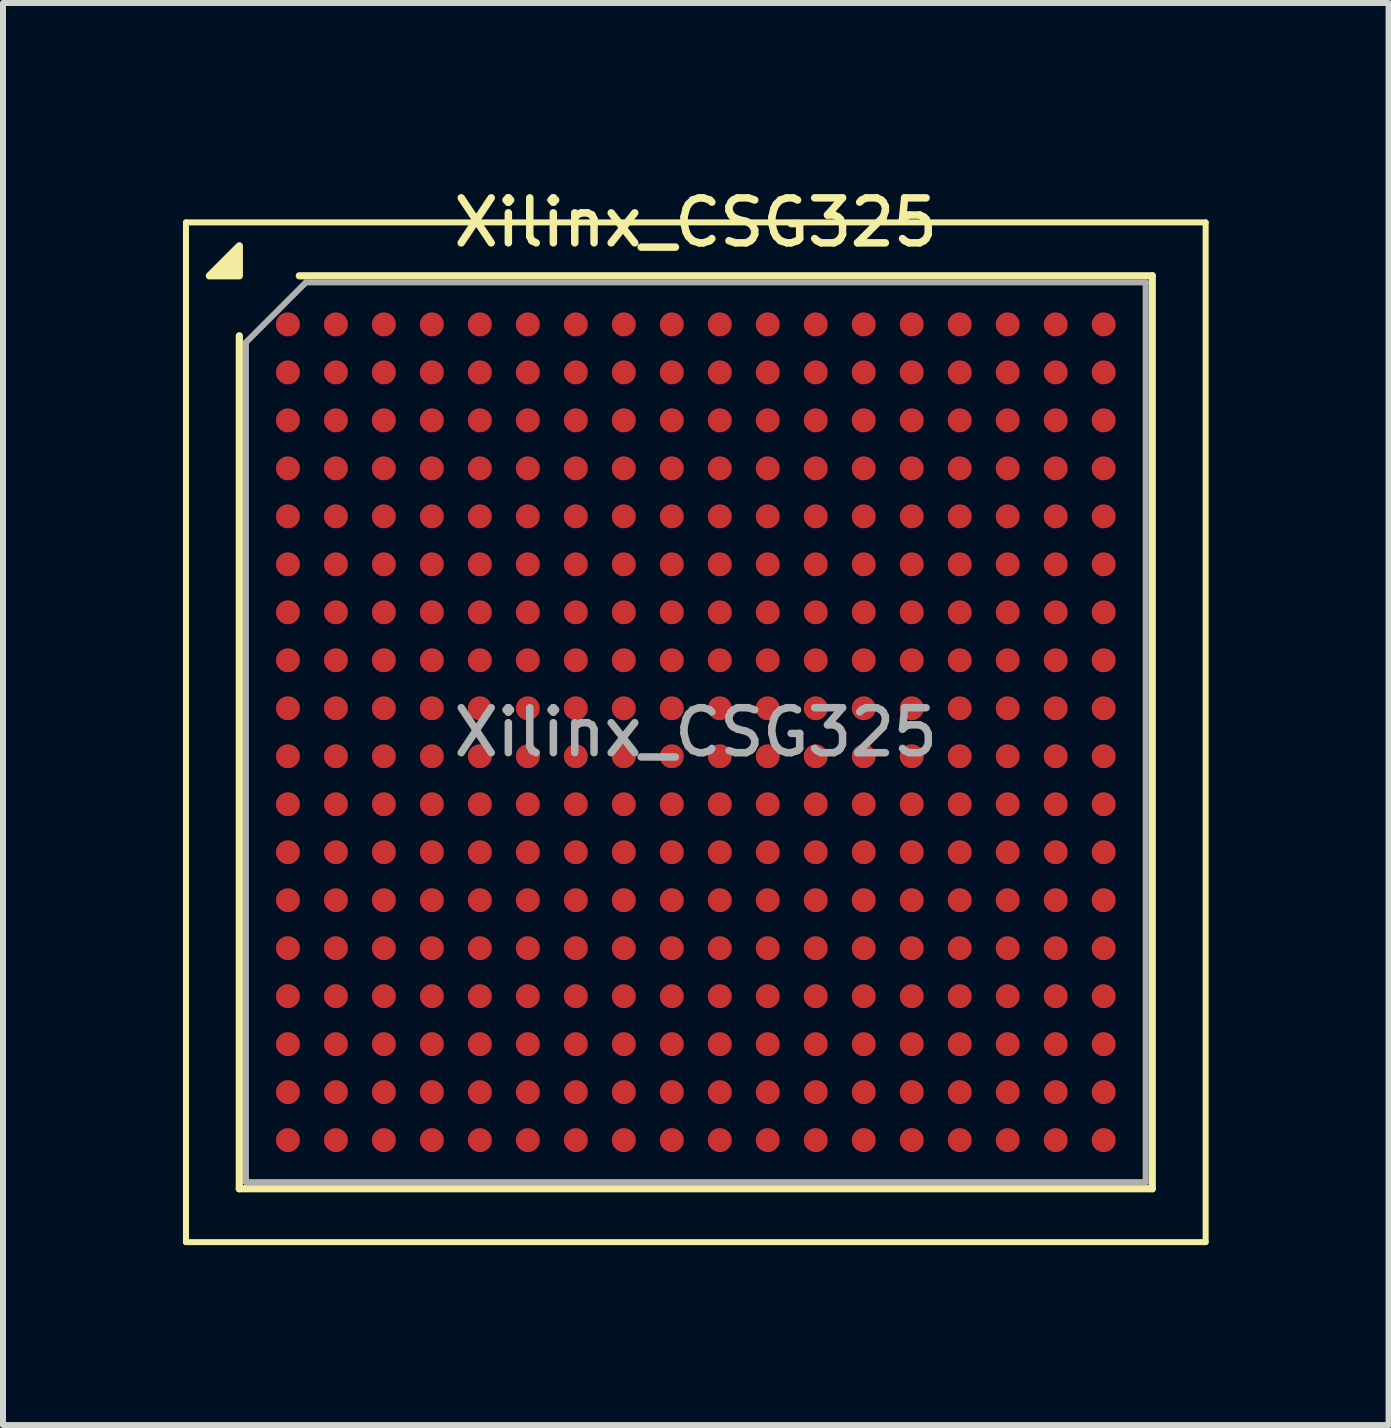
<source format=kicad_pcb>
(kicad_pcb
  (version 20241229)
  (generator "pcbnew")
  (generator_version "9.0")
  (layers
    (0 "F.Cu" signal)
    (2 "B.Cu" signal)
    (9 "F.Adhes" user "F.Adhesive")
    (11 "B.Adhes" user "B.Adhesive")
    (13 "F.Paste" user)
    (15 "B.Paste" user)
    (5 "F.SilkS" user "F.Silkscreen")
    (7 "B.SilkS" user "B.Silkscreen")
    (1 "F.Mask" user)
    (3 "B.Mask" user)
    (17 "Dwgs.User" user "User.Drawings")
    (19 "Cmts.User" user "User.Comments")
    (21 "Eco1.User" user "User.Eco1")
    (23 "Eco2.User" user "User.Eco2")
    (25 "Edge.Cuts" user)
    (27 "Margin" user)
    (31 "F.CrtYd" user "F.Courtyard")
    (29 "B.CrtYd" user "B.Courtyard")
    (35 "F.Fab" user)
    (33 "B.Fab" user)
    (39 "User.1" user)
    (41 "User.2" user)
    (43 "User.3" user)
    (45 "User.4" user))
  (footprint "Xilinx_CSG325"
    (layer "F.Cu")
    (at 8.55 9.158)
    (property "Reference" "Xilinx_CSG325" (at 0 -8.5 0) (layer "F.SilkS") (effects (font (size 0.75 0.75) (thickness 0.125))))
    (attr smd)
    (fp_line (start -8.5 -8.5) (end -8.5 8.5) (stroke (width 0.1) (type solid)) (layer "F.SilkS"))
    (fp_line (start -8.5 8.5) (end 8.5 8.5) (stroke (width 0.1) (type solid)) (layer "F.SilkS"))
    (fp_line (start -7.61 7.61) (end -7.61 -6.61) (stroke (width 0.12) (type solid)) (layer "F.SilkS"))
    (fp_line (start -6.61 -7.61) (end 7.61 -7.61) (stroke (width 0.12) (type solid)) (layer "F.SilkS"))
    (fp_line (start 7.61 -7.61) (end 7.61 7.61) (stroke (width 0.12) (type solid)) (layer "F.SilkS"))
    (fp_line (start 7.61 7.61) (end -7.61 7.61) (stroke (width 0.12) (type solid)) (layer "F.SilkS"))
    (fp_line (start 8.5 -8.5) (end -8.5 -8.5) (stroke (width 0.1) (type solid)) (layer "F.SilkS"))
    (fp_line (start 8.5 8.5) (end 8.5 -8.5) (stroke (width 0.1) (type solid)) (layer "F.SilkS"))
    (fp_poly (pts (xy -7.61 -7.61) (xy -8.11 -7.61) (xy -7.61 -8.11) (xy -7.61 -7.61)) (stroke (width 0.12) (type solid)) (fill yes) (layer "F.SilkS"))
    (fp_line (start -7.5 -6.5) (end -6.5 -7.5) (stroke (width 0.1) (type solid)) (layer "F.Fab"))
    (fp_line (start -7.5 7.5) (end -7.5 -6.5) (stroke (width 0.1) (type solid)) (layer "F.Fab"))
    (fp_line (start -6.5 -7.5) (end 7.5 -7.5) (stroke (width 0.1) (type solid)) (layer "F.Fab"))
    (fp_line (start 7.5 -7.5) (end 7.5 7.5) (stroke (width 0.1) (type solid)) (layer "F.Fab"))
    (fp_line (start 7.5 7.5) (end -7.5 7.5) (stroke (width 0.1) (type solid)) (layer "F.Fab"))
    (fp_text user "${REFERENCE}" (at 0 0 0) (layer "F.Fab") (effects (font (size 0.75 0.75) (thickness 0.125))))
    (pad "A1" smd circle (at -6.8 -6.8) (size 0.4 0.4) (property pad_prop_bga) (layers "F.Cu" "F.Mask" "F.Paste"))
    (pad "A2" smd circle (at -6 -6.8) (size 0.4 0.4) (property pad_prop_bga) (layers "F.Cu" "F.Mask" "F.Paste"))
    (pad "A3" smd circle (at -5.2 -6.8) (size 0.4 0.4) (property pad_prop_bga) (layers "F.Cu" "F.Mask" "F.Paste"))
    (pad "A4" smd circle (at -4.4 -6.8) (size 0.4 0.4) (property pad_prop_bga) (layers "F.Cu" "F.Mask" "F.Paste"))
    (pad "A5" smd circle (at -3.6 -6.8) (size 0.4 0.4) (property pad_prop_bga) (layers "F.Cu" "F.Mask" "F.Paste"))
    (pad "A6" smd circle (at -2.8 -6.8) (size 0.4 0.4) (property pad_prop_bga) (layers "F.Cu" "F.Mask" "F.Paste"))
    (pad "A7" smd circle (at -2 -6.8) (size 0.4 0.4) (property pad_prop_bga) (layers "F.Cu" "F.Mask" "F.Paste"))
    (pad "A8" smd circle (at -1.2 -6.8) (size 0.4 0.4) (property pad_prop_bga) (layers "F.Cu" "F.Mask" "F.Paste"))
    (pad "A9" smd circle (at -0.4 -6.8) (size 0.4 0.4) (property pad_prop_bga) (layers "F.Cu" "F.Mask" "F.Paste"))
    (pad "A10" smd circle (at 0.4 -6.8) (size 0.4 0.4) (property pad_prop_bga) (layers "F.Cu" "F.Mask" "F.Paste"))
    (pad "A11" smd circle (at 1.2 -6.8) (size 0.4 0.4) (property pad_prop_bga) (layers "F.Cu" "F.Mask" "F.Paste"))
    (pad "A12" smd circle (at 2 -6.8) (size 0.4 0.4) (property pad_prop_bga) (layers "F.Cu" "F.Mask" "F.Paste"))
    (pad "A13" smd circle (at 2.8 -6.8) (size 0.4 0.4) (property pad_prop_bga) (layers "F.Cu" "F.Mask" "F.Paste"))
    (pad "A14" smd circle (at 3.6 -6.8) (size 0.4 0.4) (property pad_prop_bga) (layers "F.Cu" "F.Mask" "F.Paste"))
    (pad "A15" smd circle (at 4.4 -6.8) (size 0.4 0.4) (property pad_prop_bga) (layers "F.Cu" "F.Mask" "F.Paste"))
    (pad "A16" smd circle (at 5.2 -6.8) (size 0.4 0.4) (property pad_prop_bga) (layers "F.Cu" "F.Mask" "F.Paste"))
    (pad "A17" smd circle (at 6 -6.8) (size 0.4 0.4) (property pad_prop_bga) (layers "F.Cu" "F.Mask" "F.Paste"))
    (pad "A18" smd circle (at 6.8 -6.8) (size 0.4 0.4) (property pad_prop_bga) (layers "F.Cu" "F.Mask" "F.Paste"))
    (pad "B1" smd circle (at -6.8 -6) (size 0.4 0.4) (property pad_prop_bga) (layers "F.Cu" "F.Mask" "F.Paste"))
    (pad "B2" smd circle (at -6 -6) (size 0.4 0.4) (property pad_prop_bga) (layers "F.Cu" "F.Mask" "F.Paste"))
    (pad "B3" smd circle (at -5.2 -6) (size 0.4 0.4) (property pad_prop_bga) (layers "F.Cu" "F.Mask" "F.Paste"))
    (pad "B4" smd circle (at -4.4 -6) (size 0.4 0.4) (property pad_prop_bga) (layers "F.Cu" "F.Mask" "F.Paste"))
    (pad "B5" smd circle (at -3.6 -6) (size 0.4 0.4) (property pad_prop_bga) (layers "F.Cu" "F.Mask" "F.Paste"))
    (pad "B6" smd circle (at -2.8 -6) (size 0.4 0.4) (property pad_prop_bga) (layers "F.Cu" "F.Mask" "F.Paste"))
    (pad "B7" smd circle (at -2 -6) (size 0.4 0.4) (property pad_prop_bga) (layers "F.Cu" "F.Mask" "F.Paste"))
    (pad "B8" smd circle (at -1.2 -6) (size 0.4 0.4) (property pad_prop_bga) (layers "F.Cu" "F.Mask" "F.Paste"))
    (pad "B9" smd circle (at -0.4 -6) (size 0.4 0.4) (property pad_prop_bga) (layers "F.Cu" "F.Mask" "F.Paste"))
    (pad "B10" smd circle (at 0.4 -6) (size 0.4 0.4) (property pad_prop_bga) (layers "F.Cu" "F.Mask" "F.Paste"))
    (pad "B11" smd circle (at 1.2 -6) (size 0.4 0.4) (property pad_prop_bga) (layers "F.Cu" "F.Mask" "F.Paste"))
    (pad "B12" smd circle (at 2 -6) (size 0.4 0.4) (property pad_prop_bga) (layers "F.Cu" "F.Mask" "F.Paste"))
    (pad "B13" smd circle (at 2.8 -6) (size 0.4 0.4) (property pad_prop_bga) (layers "F.Cu" "F.Mask" "F.Paste"))
    (pad "B14" smd circle (at 3.6 -6) (size 0.4 0.4) (property pad_prop_bga) (layers "F.Cu" "F.Mask" "F.Paste"))
    (pad "B15" smd circle (at 4.4 -6) (size 0.4 0.4) (property pad_prop_bga) (layers "F.Cu" "F.Mask" "F.Paste"))
    (pad "B16" smd circle (at 5.2 -6) (size 0.4 0.4) (property pad_prop_bga) (layers "F.Cu" "F.Mask" "F.Paste"))
    (pad "B17" smd circle (at 6 -6) (size 0.4 0.4) (property pad_prop_bga) (layers "F.Cu" "F.Mask" "F.Paste"))
    (pad "B18" smd circle (at 6.8 -6) (size 0.4 0.4) (property pad_prop_bga) (layers "F.Cu" "F.Mask" "F.Paste"))
    (pad "C1" smd circle (at -6.8 -5.2) (size 0.4 0.4) (property pad_prop_bga) (layers "F.Cu" "F.Mask" "F.Paste"))
    (pad "C2" smd circle (at -6 -5.2) (size 0.4 0.4) (property pad_prop_bga) (layers "F.Cu" "F.Mask" "F.Paste"))
    (pad "C3" smd circle (at -5.2 -5.2) (size 0.4 0.4) (property pad_prop_bga) (layers "F.Cu" "F.Mask" "F.Paste"))
    (pad "C4" smd circle (at -4.4 -5.2) (size 0.4 0.4) (property pad_prop_bga) (layers "F.Cu" "F.Mask" "F.Paste"))
    (pad "C5" smd circle (at -3.6 -5.2) (size 0.4 0.4) (property pad_prop_bga) (layers "F.Cu" "F.Mask" "F.Paste"))
    (pad "C6" smd circle (at -2.8 -5.2) (size 0.4 0.4) (property pad_prop_bga) (layers "F.Cu" "F.Mask" "F.Paste"))
    (pad "C7" smd circle (at -2 -5.2) (size 0.4 0.4) (property pad_prop_bga) (layers "F.Cu" "F.Mask" "F.Paste"))
    (pad "C8" smd circle (at -1.2 -5.2) (size 0.4 0.4) (property pad_prop_bga) (layers "F.Cu" "F.Mask" "F.Paste"))
    (pad "C9" smd circle (at -0.4 -5.2) (size 0.4 0.4) (property pad_prop_bga) (layers "F.Cu" "F.Mask" "F.Paste"))
    (pad "C10" smd circle (at 0.4 -5.2) (size 0.4 0.4) (property pad_prop_bga) (layers "F.Cu" "F.Mask" "F.Paste"))
    (pad "C11" smd circle (at 1.2 -5.2) (size 0.4 0.4) (property pad_prop_bga) (layers "F.Cu" "F.Mask" "F.Paste"))
    (pad "C12" smd circle (at 2 -5.2) (size 0.4 0.4) (property pad_prop_bga) (layers "F.Cu" "F.Mask" "F.Paste"))
    (pad "C13" smd circle (at 2.8 -5.2) (size 0.4 0.4) (property pad_prop_bga) (layers "F.Cu" "F.Mask" "F.Paste"))
    (pad "C14" smd circle (at 3.6 -5.2) (size 0.4 0.4) (property pad_prop_bga) (layers "F.Cu" "F.Mask" "F.Paste"))
    (pad "C15" smd circle (at 4.4 -5.2) (size 0.4 0.4) (property pad_prop_bga) (layers "F.Cu" "F.Mask" "F.Paste"))
    (pad "C16" smd circle (at 5.2 -5.2) (size 0.4 0.4) (property pad_prop_bga) (layers "F.Cu" "F.Mask" "F.Paste"))
    (pad "C17" smd circle (at 6 -5.2) (size 0.4 0.4) (property pad_prop_bga) (layers "F.Cu" "F.Mask" "F.Paste"))
    (pad "C18" smd circle (at 6.8 -5.2) (size 0.4 0.4) (property pad_prop_bga) (layers "F.Cu" "F.Mask" "F.Paste"))
    (pad "D1" smd circle (at -6.8 -4.4) (size 0.4 0.4) (property pad_prop_bga) (layers "F.Cu" "F.Mask" "F.Paste"))
    (pad "D2" smd circle (at -6 -4.4) (size 0.4 0.4) (property pad_prop_bga) (layers "F.Cu" "F.Mask" "F.Paste"))
    (pad "D3" smd circle (at -5.2 -4.4) (size 0.4 0.4) (property pad_prop_bga) (layers "F.Cu" "F.Mask" "F.Paste"))
    (pad "D4" smd circle (at -4.4 -4.4) (size 0.4 0.4) (property pad_prop_bga) (layers "F.Cu" "F.Mask" "F.Paste"))
    (pad "D5" smd circle (at -3.6 -4.4) (size 0.4 0.4) (property pad_prop_bga) (layers "F.Cu" "F.Mask" "F.Paste"))
    (pad "D6" smd circle (at -2.8 -4.4) (size 0.4 0.4) (property pad_prop_bga) (layers "F.Cu" "F.Mask" "F.Paste"))
    (pad "D7" smd circle (at -2 -4.4) (size 0.4 0.4) (property pad_prop_bga) (layers "F.Cu" "F.Mask" "F.Paste"))
    (pad "D8" smd circle (at -1.2 -4.4) (size 0.4 0.4) (property pad_prop_bga) (layers "F.Cu" "F.Mask" "F.Paste"))
    (pad "D9" smd circle (at -0.4 -4.4) (size 0.4 0.4) (property pad_prop_bga) (layers "F.Cu" "F.Mask" "F.Paste"))
    (pad "D10" smd circle (at 0.4 -4.4) (size 0.4 0.4) (property pad_prop_bga) (layers "F.Cu" "F.Mask" "F.Paste"))
    (pad "D11" smd circle (at 1.2 -4.4) (size 0.4 0.4) (property pad_prop_bga) (layers "F.Cu" "F.Mask" "F.Paste"))
    (pad "D12" smd circle (at 2 -4.4) (size 0.4 0.4) (property pad_prop_bga) (layers "F.Cu" "F.Mask" "F.Paste"))
    (pad "D13" smd circle (at 2.8 -4.4) (size 0.4 0.4) (property pad_prop_bga) (layers "F.Cu" "F.Mask" "F.Paste"))
    (pad "D14" smd circle (at 3.6 -4.4) (size 0.4 0.4) (property pad_prop_bga) (layers "F.Cu" "F.Mask" "F.Paste"))
    (pad "D15" smd circle (at 4.4 -4.4) (size 0.4 0.4) (property pad_prop_bga) (layers "F.Cu" "F.Mask" "F.Paste"))
    (pad "D16" smd circle (at 5.2 -4.4) (size 0.4 0.4) (property pad_prop_bga) (layers "F.Cu" "F.Mask" "F.Paste"))
    (pad "D17" smd circle (at 6 -4.4) (size 0.4 0.4) (property pad_prop_bga) (layers "F.Cu" "F.Mask" "F.Paste"))
    (pad "D18" smd circle (at 6.8 -4.4) (size 0.4 0.4) (property pad_prop_bga) (layers "F.Cu" "F.Mask" "F.Paste"))
    (pad "E1" smd circle (at -6.8 -3.6) (size 0.4 0.4) (property pad_prop_bga) (layers "F.Cu" "F.Mask" "F.Paste"))
    (pad "E2" smd circle (at -6 -3.6) (size 0.4 0.4) (property pad_prop_bga) (layers "F.Cu" "F.Mask" "F.Paste"))
    (pad "E3" smd circle (at -5.2 -3.6) (size 0.4 0.4) (property pad_prop_bga) (layers "F.Cu" "F.Mask" "F.Paste"))
    (pad "E4" smd circle (at -4.4 -3.6) (size 0.4 0.4) (property pad_prop_bga) (layers "F.Cu" "F.Mask" "F.Paste"))
    (pad "E5" smd circle (at -3.6 -3.6) (size 0.4 0.4) (property pad_prop_bga) (layers "F.Cu" "F.Mask" "F.Paste"))
    (pad "E6" smd circle (at -2.8 -3.6) (size 0.4 0.4) (property pad_prop_bga) (layers "F.Cu" "F.Mask" "F.Paste"))
    (pad "E7" smd circle (at -2 -3.6) (size 0.4 0.4) (property pad_prop_bga) (layers "F.Cu" "F.Mask" "F.Paste"))
    (pad "E8" smd circle (at -1.2 -3.6) (size 0.4 0.4) (property pad_prop_bga) (layers "F.Cu" "F.Mask" "F.Paste"))
    (pad "E9" smd circle (at -0.4 -3.6) (size 0.4 0.4) (property pad_prop_bga) (layers "F.Cu" "F.Mask" "F.Paste"))
    (pad "E10" smd circle (at 0.4 -3.6) (size 0.4 0.4) (property pad_prop_bga) (layers "F.Cu" "F.Mask" "F.Paste"))
    (pad "E11" smd circle (at 1.2 -3.6) (size 0.4 0.4) (property pad_prop_bga) (layers "F.Cu" "F.Mask" "F.Paste"))
    (pad "E12" smd circle (at 2 -3.6) (size 0.4 0.4) (property pad_prop_bga) (layers "F.Cu" "F.Mask" "F.Paste"))
    (pad "E13" smd circle (at 2.8 -3.6) (size 0.4 0.4) (property pad_prop_bga) (layers "F.Cu" "F.Mask" "F.Paste"))
    (pad "E14" smd circle (at 3.6 -3.6) (size 0.4 0.4) (property pad_prop_bga) (layers "F.Cu" "F.Mask" "F.Paste"))
    (pad "E15" smd circle (at 4.4 -3.6) (size 0.4 0.4) (property pad_prop_bga) (layers "F.Cu" "F.Mask" "F.Paste"))
    (pad "E16" smd circle (at 5.2 -3.6) (size 0.4 0.4) (property pad_prop_bga) (layers "F.Cu" "F.Mask" "F.Paste"))
    (pad "E17" smd circle (at 6 -3.6) (size 0.4 0.4) (property pad_prop_bga) (layers "F.Cu" "F.Mask" "F.Paste"))
    (pad "E18" smd circle (at 6.8 -3.6) (size 0.4 0.4) (property pad_prop_bga) (layers "F.Cu" "F.Mask" "F.Paste"))
    (pad "F1" smd circle (at -6.8 -2.8) (size 0.4 0.4) (property pad_prop_bga) (layers "F.Cu" "F.Mask" "F.Paste"))
    (pad "F2" smd circle (at -6 -2.8) (size 0.4 0.4) (property pad_prop_bga) (layers "F.Cu" "F.Mask" "F.Paste"))
    (pad "F3" smd circle (at -5.2 -2.8) (size 0.4 0.4) (property pad_prop_bga) (layers "F.Cu" "F.Mask" "F.Paste"))
    (pad "F4" smd circle (at -4.4 -2.8) (size 0.4 0.4) (property pad_prop_bga) (layers "F.Cu" "F.Mask" "F.Paste"))
    (pad "F5" smd circle (at -3.6 -2.8) (size 0.4 0.4) (property pad_prop_bga) (layers "F.Cu" "F.Mask" "F.Paste"))
    (pad "F6" smd circle (at -2.8 -2.8) (size 0.4 0.4) (property pad_prop_bga) (layers "F.Cu" "F.Mask" "F.Paste"))
    (pad "F7" smd circle (at -2 -2.8) (size 0.4 0.4) (property pad_prop_bga) (layers "F.Cu" "F.Mask" "F.Paste"))
    (pad "F8" smd circle (at -1.2 -2.8) (size 0.4 0.4) (property pad_prop_bga) (layers "F.Cu" "F.Mask" "F.Paste"))
    (pad "F9" smd circle (at -0.4 -2.8) (size 0.4 0.4) (property pad_prop_bga) (layers "F.Cu" "F.Mask" "F.Paste"))
    (pad "F10" smd circle (at 0.4 -2.8) (size 0.4 0.4) (property pad_prop_bga) (layers "F.Cu" "F.Mask" "F.Paste"))
    (pad "F11" smd circle (at 1.2 -2.8) (size 0.4 0.4) (property pad_prop_bga) (layers "F.Cu" "F.Mask" "F.Paste"))
    (pad "F12" smd circle (at 2 -2.8) (size 0.4 0.4) (property pad_prop_bga) (layers "F.Cu" "F.Mask" "F.Paste"))
    (pad "F13" smd circle (at 2.8 -2.8) (size 0.4 0.4) (property pad_prop_bga) (layers "F.Cu" "F.Mask" "F.Paste"))
    (pad "F14" smd circle (at 3.6 -2.8) (size 0.4 0.4) (property pad_prop_bga) (layers "F.Cu" "F.Mask" "F.Paste"))
    (pad "F15" smd circle (at 4.4 -2.8) (size 0.4 0.4) (property pad_prop_bga) (layers "F.Cu" "F.Mask" "F.Paste"))
    (pad "F16" smd circle (at 5.2 -2.8) (size 0.4 0.4) (property pad_prop_bga) (layers "F.Cu" "F.Mask" "F.Paste"))
    (pad "F17" smd circle (at 6 -2.8) (size 0.4 0.4) (property pad_prop_bga) (layers "F.Cu" "F.Mask" "F.Paste"))
    (pad "F18" smd circle (at 6.8 -2.8) (size 0.4 0.4) (property pad_prop_bga) (layers "F.Cu" "F.Mask" "F.Paste"))
    (pad "G1" smd circle (at -6.8 -2) (size 0.4 0.4) (property pad_prop_bga) (layers "F.Cu" "F.Mask" "F.Paste"))
    (pad "G2" smd circle (at -6 -2) (size 0.4 0.4) (property pad_prop_bga) (layers "F.Cu" "F.Mask" "F.Paste"))
    (pad "G3" smd circle (at -5.2 -2) (size 0.4 0.4) (property pad_prop_bga) (layers "F.Cu" "F.Mask" "F.Paste"))
    (pad "G4" smd circle (at -4.4 -2) (size 0.4 0.4) (property pad_prop_bga) (layers "F.Cu" "F.Mask" "F.Paste"))
    (pad "G5" smd circle (at -3.6 -2) (size 0.4 0.4) (property pad_prop_bga) (layers "F.Cu" "F.Mask" "F.Paste"))
    (pad "G6" smd circle (at -2.8 -2) (size 0.4 0.4) (property pad_prop_bga) (layers "F.Cu" "F.Mask" "F.Paste"))
    (pad "G7" smd circle (at -2 -2) (size 0.4 0.4) (property pad_prop_bga) (layers "F.Cu" "F.Mask" "F.Paste"))
    (pad "G8" smd circle (at -1.2 -2) (size 0.4 0.4) (property pad_prop_bga) (layers "F.Cu" "F.Mask" "F.Paste"))
    (pad "G9" smd circle (at -0.4 -2) (size 0.4 0.4) (property pad_prop_bga) (layers "F.Cu" "F.Mask" "F.Paste"))
    (pad "G10" smd circle (at 0.4 -2) (size 0.4 0.4) (property pad_prop_bga) (layers "F.Cu" "F.Mask" "F.Paste"))
    (pad "G11" smd circle (at 1.2 -2) (size 0.4 0.4) (property pad_prop_bga) (layers "F.Cu" "F.Mask" "F.Paste"))
    (pad "G12" smd circle (at 2 -2) (size 0.4 0.4) (property pad_prop_bga) (layers "F.Cu" "F.Mask" "F.Paste"))
    (pad "G13" smd circle (at 2.8 -2) (size 0.4 0.4) (property pad_prop_bga) (layers "F.Cu" "F.Mask" "F.Paste"))
    (pad "G14" smd circle (at 3.6 -2) (size 0.4 0.4) (property pad_prop_bga) (layers "F.Cu" "F.Mask" "F.Paste"))
    (pad "G15" smd circle (at 4.4 -2) (size 0.4 0.4) (property pad_prop_bga) (layers "F.Cu" "F.Mask" "F.Paste"))
    (pad "G16" smd circle (at 5.2 -2) (size 0.4 0.4) (property pad_prop_bga) (layers "F.Cu" "F.Mask" "F.Paste"))
    (pad "G17" smd circle (at 6 -2) (size 0.4 0.4) (property pad_prop_bga) (layers "F.Cu" "F.Mask" "F.Paste"))
    (pad "G18" smd circle (at 6.8 -2) (size 0.4 0.4) (property pad_prop_bga) (layers "F.Cu" "F.Mask" "F.Paste"))
    (pad "H1" smd circle (at -6.8 -1.2) (size 0.4 0.4) (property pad_prop_bga) (layers "F.Cu" "F.Mask" "F.Paste"))
    (pad "H2" smd circle (at -6 -1.2) (size 0.4 0.4) (property pad_prop_bga) (layers "F.Cu" "F.Mask" "F.Paste"))
    (pad "H3" smd circle (at -5.2 -1.2) (size 0.4 0.4) (property pad_prop_bga) (layers "F.Cu" "F.Mask" "F.Paste"))
    (pad "H4" smd circle (at -4.4 -1.2) (size 0.4 0.4) (property pad_prop_bga) (layers "F.Cu" "F.Mask" "F.Paste"))
    (pad "H5" smd circle (at -3.6 -1.2) (size 0.4 0.4) (property pad_prop_bga) (layers "F.Cu" "F.Mask" "F.Paste"))
    (pad "H6" smd circle (at -2.8 -1.2) (size 0.4 0.4) (property pad_prop_bga) (layers "F.Cu" "F.Mask" "F.Paste"))
    (pad "H7" smd circle (at -2 -1.2) (size 0.4 0.4) (property pad_prop_bga) (layers "F.Cu" "F.Mask" "F.Paste"))
    (pad "H8" smd circle (at -1.2 -1.2) (size 0.4 0.4) (property pad_prop_bga) (layers "F.Cu" "F.Mask" "F.Paste"))
    (pad "H9" smd circle (at -0.4 -1.2) (size 0.4 0.4) (property pad_prop_bga) (layers "F.Cu" "F.Mask" "F.Paste"))
    (pad "H10" smd circle (at 0.4 -1.2) (size 0.4 0.4) (property pad_prop_bga) (layers "F.Cu" "F.Mask" "F.Paste"))
    (pad "H11" smd circle (at 1.2 -1.2) (size 0.4 0.4) (property pad_prop_bga) (layers "F.Cu" "F.Mask" "F.Paste"))
    (pad "H12" smd circle (at 2 -1.2) (size 0.4 0.4) (property pad_prop_bga) (layers "F.Cu" "F.Mask" "F.Paste"))
    (pad "H13" smd circle (at 2.8 -1.2) (size 0.4 0.4) (property pad_prop_bga) (layers "F.Cu" "F.Mask" "F.Paste"))
    (pad "H14" smd circle (at 3.6 -1.2) (size 0.4 0.4) (property pad_prop_bga) (layers "F.Cu" "F.Mask" "F.Paste"))
    (pad "H15" smd circle (at 4.4 -1.2) (size 0.4 0.4) (property pad_prop_bga) (layers "F.Cu" "F.Mask" "F.Paste"))
    (pad "H16" smd circle (at 5.2 -1.2) (size 0.4 0.4) (property pad_prop_bga) (layers "F.Cu" "F.Mask" "F.Paste"))
    (pad "H17" smd circle (at 6 -1.2) (size 0.4 0.4) (property pad_prop_bga) (layers "F.Cu" "F.Mask" "F.Paste"))
    (pad "H18" smd circle (at 6.8 -1.2) (size 0.4 0.4) (property pad_prop_bga) (layers "F.Cu" "F.Mask" "F.Paste"))
    (pad "J1" smd circle (at -6.8 -0.4) (size 0.4 0.4) (property pad_prop_bga) (layers "F.Cu" "F.Mask" "F.Paste"))
    (pad "J2" smd circle (at -6 -0.4) (size 0.4 0.4) (property pad_prop_bga) (layers "F.Cu" "F.Mask" "F.Paste"))
    (pad "J3" smd circle (at -5.2 -0.4) (size 0.4 0.4) (property pad_prop_bga) (layers "F.Cu" "F.Mask" "F.Paste"))
    (pad "J4" smd circle (at -4.4 -0.4) (size 0.4 0.4) (property pad_prop_bga) (layers "F.Cu" "F.Mask" "F.Paste"))
    (pad "J5" smd circle (at -3.6 -0.4) (size 0.4 0.4) (property pad_prop_bga) (layers "F.Cu" "F.Mask" "F.Paste"))
    (pad "J6" smd circle (at -2.8 -0.4) (size 0.4 0.4) (property pad_prop_bga) (layers "F.Cu" "F.Mask" "F.Paste"))
    (pad "J7" smd circle (at -2 -0.4) (size 0.4 0.4) (property pad_prop_bga) (layers "F.Cu" "F.Mask" "F.Paste"))
    (pad "J8" smd circle (at -1.2 -0.4) (size 0.4 0.4) (property pad_prop_bga) (layers "F.Cu" "F.Mask" "F.Paste"))
    (pad "J9" smd circle (at -0.4 -0.4) (size 0.4 0.4) (property pad_prop_bga) (layers "F.Cu" "F.Mask" "F.Paste"))
    (pad "J10" smd circle (at 0.4 -0.4) (size 0.4 0.4) (property pad_prop_bga) (layers "F.Cu" "F.Mask" "F.Paste"))
    (pad "J11" smd circle (at 1.2 -0.4) (size 0.4 0.4) (property pad_prop_bga) (layers "F.Cu" "F.Mask" "F.Paste"))
    (pad "J12" smd circle (at 2 -0.4) (size 0.4 0.4) (property pad_prop_bga) (layers "F.Cu" "F.Mask" "F.Paste"))
    (pad "J13" smd circle (at 2.8 -0.4) (size 0.4 0.4) (property pad_prop_bga) (layers "F.Cu" "F.Mask" "F.Paste"))
    (pad "J14" smd circle (at 3.6 -0.4) (size 0.4 0.4) (property pad_prop_bga) (layers "F.Cu" "F.Mask" "F.Paste"))
    (pad "J15" smd circle (at 4.4 -0.4) (size 0.4 0.4) (property pad_prop_bga) (layers "F.Cu" "F.Mask" "F.Paste"))
    (pad "J16" smd circle (at 5.2 -0.4) (size 0.4 0.4) (property pad_prop_bga) (layers "F.Cu" "F.Mask" "F.Paste"))
    (pad "J17" smd circle (at 6 -0.4) (size 0.4 0.4) (property pad_prop_bga) (layers "F.Cu" "F.Mask" "F.Paste"))
    (pad "J18" smd circle (at 6.8 -0.4) (size 0.4 0.4) (property pad_prop_bga) (layers "F.Cu" "F.Mask" "F.Paste"))
    (pad "K1" smd circle (at -6.8 0.4) (size 0.4 0.4) (property pad_prop_bga) (layers "F.Cu" "F.Mask" "F.Paste"))
    (pad "K2" smd circle (at -6 0.4) (size 0.4 0.4) (property pad_prop_bga) (layers "F.Cu" "F.Mask" "F.Paste"))
    (pad "K3" smd circle (at -5.2 0.4) (size 0.4 0.4) (property pad_prop_bga) (layers "F.Cu" "F.Mask" "F.Paste"))
    (pad "K4" smd circle (at -4.4 0.4) (size 0.4 0.4) (property pad_prop_bga) (layers "F.Cu" "F.Mask" "F.Paste"))
    (pad "K5" smd circle (at -3.6 0.4) (size 0.4 0.4) (property pad_prop_bga) (layers "F.Cu" "F.Mask" "F.Paste"))
    (pad "K6" smd circle (at -2.8 0.4) (size 0.4 0.4) (property pad_prop_bga) (layers "F.Cu" "F.Mask" "F.Paste"))
    (pad "K7" smd circle (at -2 0.4) (size 0.4 0.4) (property pad_prop_bga) (layers "F.Cu" "F.Mask" "F.Paste"))
    (pad "K8" smd circle (at -1.2 0.4) (size 0.4 0.4) (property pad_prop_bga) (layers "F.Cu" "F.Mask" "F.Paste"))
    (pad "K9" smd circle (at -0.4 0.4) (size 0.4 0.4) (property pad_prop_bga) (layers "F.Cu" "F.Mask" "F.Paste"))
    (pad "K10" smd circle (at 0.4 0.4) (size 0.4 0.4) (property pad_prop_bga) (layers "F.Cu" "F.Mask" "F.Paste"))
    (pad "K11" smd circle (at 1.2 0.4) (size 0.4 0.4) (property pad_prop_bga) (layers "F.Cu" "F.Mask" "F.Paste"))
    (pad "K12" smd circle (at 2 0.4) (size 0.4 0.4) (property pad_prop_bga) (layers "F.Cu" "F.Mask" "F.Paste"))
    (pad "K13" smd circle (at 2.8 0.4) (size 0.4 0.4) (property pad_prop_bga) (layers "F.Cu" "F.Mask" "F.Paste"))
    (pad "K14" smd circle (at 3.6 0.4) (size 0.4 0.4) (property pad_prop_bga) (layers "F.Cu" "F.Mask" "F.Paste"))
    (pad "K15" smd circle (at 4.4 0.4) (size 0.4 0.4) (property pad_prop_bga) (layers "F.Cu" "F.Mask" "F.Paste"))
    (pad "K16" smd circle (at 5.2 0.4) (size 0.4 0.4) (property pad_prop_bga) (layers "F.Cu" "F.Mask" "F.Paste"))
    (pad "K17" smd circle (at 6 0.4) (size 0.4 0.4) (property pad_prop_bga) (layers "F.Cu" "F.Mask" "F.Paste"))
    (pad "K18" smd circle (at 6.8 0.4) (size 0.4 0.4) (property pad_prop_bga) (layers "F.Cu" "F.Mask" "F.Paste"))
    (pad "L1" smd circle (at -6.8 1.2) (size 0.4 0.4) (property pad_prop_bga) (layers "F.Cu" "F.Mask" "F.Paste"))
    (pad "L2" smd circle (at -6 1.2) (size 0.4 0.4) (property pad_prop_bga) (layers "F.Cu" "F.Mask" "F.Paste"))
    (pad "L3" smd circle (at -5.2 1.2) (size 0.4 0.4) (property pad_prop_bga) (layers "F.Cu" "F.Mask" "F.Paste"))
    (pad "L4" smd circle (at -4.4 1.2) (size 0.4 0.4) (property pad_prop_bga) (layers "F.Cu" "F.Mask" "F.Paste"))
    (pad "L5" smd circle (at -3.6 1.2) (size 0.4 0.4) (property pad_prop_bga) (layers "F.Cu" "F.Mask" "F.Paste"))
    (pad "L6" smd circle (at -2.8 1.2) (size 0.4 0.4) (property pad_prop_bga) (layers "F.Cu" "F.Mask" "F.Paste"))
    (pad "L7" smd circle (at -2 1.2) (size 0.4 0.4) (property pad_prop_bga) (layers "F.Cu" "F.Mask" "F.Paste"))
    (pad "L8" smd circle (at -1.2 1.2) (size 0.4 0.4) (property pad_prop_bga) (layers "F.Cu" "F.Mask" "F.Paste"))
    (pad "L9" smd circle (at -0.4 1.2) (size 0.4 0.4) (property pad_prop_bga) (layers "F.Cu" "F.Mask" "F.Paste"))
    (pad "L10" smd circle (at 0.4 1.2) (size 0.4 0.4) (property pad_prop_bga) (layers "F.Cu" "F.Mask" "F.Paste"))
    (pad "L11" smd circle (at 1.2 1.2) (size 0.4 0.4) (property pad_prop_bga) (layers "F.Cu" "F.Mask" "F.Paste"))
    (pad "L12" smd circle (at 2 1.2) (size 0.4 0.4) (property pad_prop_bga) (layers "F.Cu" "F.Mask" "F.Paste"))
    (pad "L13" smd circle (at 2.8 1.2) (size 0.4 0.4) (property pad_prop_bga) (layers "F.Cu" "F.Mask" "F.Paste"))
    (pad "L14" smd circle (at 3.6 1.2) (size 0.4 0.4) (property pad_prop_bga) (layers "F.Cu" "F.Mask" "F.Paste"))
    (pad "L15" smd circle (at 4.4 1.2) (size 0.4 0.4) (property pad_prop_bga) (layers "F.Cu" "F.Mask" "F.Paste"))
    (pad "L16" smd circle (at 5.2 1.2) (size 0.4 0.4) (property pad_prop_bga) (layers "F.Cu" "F.Mask" "F.Paste"))
    (pad "L17" smd circle (at 6 1.2) (size 0.4 0.4) (property pad_prop_bga) (layers "F.Cu" "F.Mask" "F.Paste"))
    (pad "L18" smd circle (at 6.8 1.2) (size 0.4 0.4) (property pad_prop_bga) (layers "F.Cu" "F.Mask" "F.Paste"))
    (pad "M1" smd circle (at -6.8 2) (size 0.4 0.4) (property pad_prop_bga) (layers "F.Cu" "F.Mask" "F.Paste"))
    (pad "M2" smd circle (at -6 2) (size 0.4 0.4) (property pad_prop_bga) (layers "F.Cu" "F.Mask" "F.Paste"))
    (pad "M3" smd circle (at -5.2 2) (size 0.4 0.4) (property pad_prop_bga) (layers "F.Cu" "F.Mask" "F.Paste"))
    (pad "M4" smd circle (at -4.4 2) (size 0.4 0.4) (property pad_prop_bga) (layers "F.Cu" "F.Mask" "F.Paste"))
    (pad "M5" smd circle (at -3.6 2) (size 0.4 0.4) (property pad_prop_bga) (layers "F.Cu" "F.Mask" "F.Paste"))
    (pad "M6" smd circle (at -2.8 2) (size 0.4 0.4) (property pad_prop_bga) (layers "F.Cu" "F.Mask" "F.Paste"))
    (pad "M7" smd circle (at -2 2) (size 0.4 0.4) (property pad_prop_bga) (layers "F.Cu" "F.Mask" "F.Paste"))
    (pad "M8" smd circle (at -1.2 2) (size 0.4 0.4) (property pad_prop_bga) (layers "F.Cu" "F.Mask" "F.Paste"))
    (pad "M9" smd circle (at -0.4 2) (size 0.4 0.4) (property pad_prop_bga) (layers "F.Cu" "F.Mask" "F.Paste"))
    (pad "M10" smd circle (at 0.4 2) (size 0.4 0.4) (property pad_prop_bga) (layers "F.Cu" "F.Mask" "F.Paste"))
    (pad "M11" smd circle (at 1.2 2) (size 0.4 0.4) (property pad_prop_bga) (layers "F.Cu" "F.Mask" "F.Paste"))
    (pad "M12" smd circle (at 2 2) (size 0.4 0.4) (property pad_prop_bga) (layers "F.Cu" "F.Mask" "F.Paste"))
    (pad "M13" smd circle (at 2.8 2) (size 0.4 0.4) (property pad_prop_bga) (layers "F.Cu" "F.Mask" "F.Paste"))
    (pad "M14" smd circle (at 3.6 2) (size 0.4 0.4) (property pad_prop_bga) (layers "F.Cu" "F.Mask" "F.Paste"))
    (pad "M15" smd circle (at 4.4 2) (size 0.4 0.4) (property pad_prop_bga) (layers "F.Cu" "F.Mask" "F.Paste"))
    (pad "M16" smd circle (at 5.2 2) (size 0.4 0.4) (property pad_prop_bga) (layers "F.Cu" "F.Mask" "F.Paste"))
    (pad "M17" smd circle (at 6 2) (size 0.4 0.4) (property pad_prop_bga) (layers "F.Cu" "F.Mask" "F.Paste"))
    (pad "M18" smd circle (at 6.8 2) (size 0.4 0.4) (property pad_prop_bga) (layers "F.Cu" "F.Mask" "F.Paste"))
    (pad "N1" smd circle (at -6.8 2.8) (size 0.4 0.4) (property pad_prop_bga) (layers "F.Cu" "F.Mask" "F.Paste"))
    (pad "N2" smd circle (at -6 2.8) (size 0.4 0.4) (property pad_prop_bga) (layers "F.Cu" "F.Mask" "F.Paste"))
    (pad "N3" smd circle (at -5.2 2.8) (size 0.4 0.4) (property pad_prop_bga) (layers "F.Cu" "F.Mask" "F.Paste"))
    (pad "N4" smd circle (at -4.4 2.8) (size 0.4 0.4) (property pad_prop_bga) (layers "F.Cu" "F.Mask" "F.Paste"))
    (pad "N5" smd circle (at -3.6 2.8) (size 0.4 0.4) (property pad_prop_bga) (layers "F.Cu" "F.Mask" "F.Paste"))
    (pad "N6" smd circle (at -2.8 2.8) (size 0.4 0.4) (property pad_prop_bga) (layers "F.Cu" "F.Mask" "F.Paste"))
    (pad "N7" smd circle (at -2 2.8) (size 0.4 0.4) (property pad_prop_bga) (layers "F.Cu" "F.Mask" "F.Paste"))
    (pad "N8" smd circle (at -1.2 2.8) (size 0.4 0.4) (property pad_prop_bga) (layers "F.Cu" "F.Mask" "F.Paste"))
    (pad "N9" smd circle (at -0.4 2.8) (size 0.4 0.4) (property pad_prop_bga) (layers "F.Cu" "F.Mask" "F.Paste"))
    (pad "N10" smd circle (at 0.4 2.8) (size 0.4 0.4) (property pad_prop_bga) (layers "F.Cu" "F.Mask" "F.Paste"))
    (pad "N11" smd circle (at 1.2 2.8) (size 0.4 0.4) (property pad_prop_bga) (layers "F.Cu" "F.Mask" "F.Paste"))
    (pad "N12" smd circle (at 2 2.8) (size 0.4 0.4) (property pad_prop_bga) (layers "F.Cu" "F.Mask" "F.Paste"))
    (pad "N13" smd circle (at 2.8 2.8) (size 0.4 0.4) (property pad_prop_bga) (layers "F.Cu" "F.Mask" "F.Paste"))
    (pad "N14" smd circle (at 3.6 2.8) (size 0.4 0.4) (property pad_prop_bga) (layers "F.Cu" "F.Mask" "F.Paste"))
    (pad "N15" smd circle (at 4.4 2.8) (size 0.4 0.4) (property pad_prop_bga) (layers "F.Cu" "F.Mask" "F.Paste"))
    (pad "N16" smd circle (at 5.2 2.8) (size 0.4 0.4) (property pad_prop_bga) (layers "F.Cu" "F.Mask" "F.Paste"))
    (pad "N17" smd circle (at 6 2.8) (size 0.4 0.4) (property pad_prop_bga) (layers "F.Cu" "F.Mask" "F.Paste"))
    (pad "N18" smd circle (at 6.8 2.8) (size 0.4 0.4) (property pad_prop_bga) (layers "F.Cu" "F.Mask" "F.Paste"))
    (pad "P1" smd circle (at -6.8 3.6) (size 0.4 0.4) (property pad_prop_bga) (layers "F.Cu" "F.Mask" "F.Paste"))
    (pad "P2" smd circle (at -6 3.6) (size 0.4 0.4) (property pad_prop_bga) (layers "F.Cu" "F.Mask" "F.Paste"))
    (pad "P3" smd circle (at -5.2 3.6) (size 0.4 0.4) (property pad_prop_bga) (layers "F.Cu" "F.Mask" "F.Paste"))
    (pad "P4" smd circle (at -4.4 3.6) (size 0.4 0.4) (property pad_prop_bga) (layers "F.Cu" "F.Mask" "F.Paste"))
    (pad "P5" smd circle (at -3.6 3.6) (size 0.4 0.4) (property pad_prop_bga) (layers "F.Cu" "F.Mask" "F.Paste"))
    (pad "P6" smd circle (at -2.8 3.6) (size 0.4 0.4) (property pad_prop_bga) (layers "F.Cu" "F.Mask" "F.Paste"))
    (pad "P7" smd circle (at -2 3.6) (size 0.4 0.4) (property pad_prop_bga) (layers "F.Cu" "F.Mask" "F.Paste"))
    (pad "P8" smd circle (at -1.2 3.6) (size 0.4 0.4) (property pad_prop_bga) (layers "F.Cu" "F.Mask" "F.Paste"))
    (pad "P9" smd circle (at -0.4 3.6) (size 0.4 0.4) (property pad_prop_bga) (layers "F.Cu" "F.Mask" "F.Paste"))
    (pad "P10" smd circle (at 0.4 3.6) (size 0.4 0.4) (property pad_prop_bga) (layers "F.Cu" "F.Mask" "F.Paste"))
    (pad "P11" smd circle (at 1.2 3.6) (size 0.4 0.4) (property pad_prop_bga) (layers "F.Cu" "F.Mask" "F.Paste"))
    (pad "P12" smd circle (at 2 3.6) (size 0.4 0.4) (property pad_prop_bga) (layers "F.Cu" "F.Mask" "F.Paste"))
    (pad "P13" smd circle (at 2.8 3.6) (size 0.4 0.4) (property pad_prop_bga) (layers "F.Cu" "F.Mask" "F.Paste"))
    (pad "P14" smd circle (at 3.6 3.6) (size 0.4 0.4) (property pad_prop_bga) (layers "F.Cu" "F.Mask" "F.Paste"))
    (pad "P15" smd circle (at 4.4 3.6) (size 0.4 0.4) (property pad_prop_bga) (layers "F.Cu" "F.Mask" "F.Paste"))
    (pad "P16" smd circle (at 5.2 3.6) (size 0.4 0.4) (property pad_prop_bga) (layers "F.Cu" "F.Mask" "F.Paste"))
    (pad "P17" smd circle (at 6 3.6) (size 0.4 0.4) (property pad_prop_bga) (layers "F.Cu" "F.Mask" "F.Paste"))
    (pad "P18" smd circle (at 6.8 3.6) (size 0.4 0.4) (property pad_prop_bga) (layers "F.Cu" "F.Mask" "F.Paste"))
    (pad "R1" smd circle (at -6.8 4.4) (size 0.4 0.4) (property pad_prop_bga) (layers "F.Cu" "F.Mask" "F.Paste"))
    (pad "R2" smd circle (at -6 4.4) (size 0.4 0.4) (property pad_prop_bga) (layers "F.Cu" "F.Mask" "F.Paste"))
    (pad "R3" smd circle (at -5.2 4.4) (size 0.4 0.4) (property pad_prop_bga) (layers "F.Cu" "F.Mask" "F.Paste"))
    (pad "R4" smd circle (at -4.4 4.4) (size 0.4 0.4) (property pad_prop_bga) (layers "F.Cu" "F.Mask" "F.Paste"))
    (pad "R5" smd circle (at -3.6 4.4) (size 0.4 0.4) (property pad_prop_bga) (layers "F.Cu" "F.Mask" "F.Paste"))
    (pad "R6" smd circle (at -2.8 4.4) (size 0.4 0.4) (property pad_prop_bga) (layers "F.Cu" "F.Mask" "F.Paste"))
    (pad "R7" smd circle (at -2 4.4) (size 0.4 0.4) (property pad_prop_bga) (layers "F.Cu" "F.Mask" "F.Paste"))
    (pad "R8" smd circle (at -1.2 4.4) (size 0.4 0.4) (property pad_prop_bga) (layers "F.Cu" "F.Mask" "F.Paste"))
    (pad "R9" smd circle (at -0.4 4.4) (size 0.4 0.4) (property pad_prop_bga) (layers "F.Cu" "F.Mask" "F.Paste"))
    (pad "R10" smd circle (at 0.4 4.4) (size 0.4 0.4) (property pad_prop_bga) (layers "F.Cu" "F.Mask" "F.Paste"))
    (pad "R11" smd circle (at 1.2 4.4) (size 0.4 0.4) (property pad_prop_bga) (layers "F.Cu" "F.Mask" "F.Paste"))
    (pad "R12" smd circle (at 2 4.4) (size 0.4 0.4) (property pad_prop_bga) (layers "F.Cu" "F.Mask" "F.Paste"))
    (pad "R13" smd circle (at 2.8 4.4) (size 0.4 0.4) (property pad_prop_bga) (layers "F.Cu" "F.Mask" "F.Paste"))
    (pad "R14" smd circle (at 3.6 4.4) (size 0.4 0.4) (property pad_prop_bga) (layers "F.Cu" "F.Mask" "F.Paste"))
    (pad "R15" smd circle (at 4.4 4.4) (size 0.4 0.4) (property pad_prop_bga) (layers "F.Cu" "F.Mask" "F.Paste"))
    (pad "R16" smd circle (at 5.2 4.4) (size 0.4 0.4) (property pad_prop_bga) (layers "F.Cu" "F.Mask" "F.Paste"))
    (pad "R17" smd circle (at 6 4.4) (size 0.4 0.4) (property pad_prop_bga) (layers "F.Cu" "F.Mask" "F.Paste"))
    (pad "R18" smd circle (at 6.8 4.4) (size 0.4 0.4) (property pad_prop_bga) (layers "F.Cu" "F.Mask" "F.Paste"))
    (pad "T1" smd circle (at -6.8 5.2) (size 0.4 0.4) (property pad_prop_bga) (layers "F.Cu" "F.Mask" "F.Paste"))
    (pad "T2" smd circle (at -6 5.2) (size 0.4 0.4) (property pad_prop_bga) (layers "F.Cu" "F.Mask" "F.Paste"))
    (pad "T3" smd circle (at -5.2 5.2) (size 0.4 0.4) (property pad_prop_bga) (layers "F.Cu" "F.Mask" "F.Paste"))
    (pad "T4" smd circle (at -4.4 5.2) (size 0.4 0.4) (property pad_prop_bga) (layers "F.Cu" "F.Mask" "F.Paste"))
    (pad "T5" smd circle (at -3.6 5.2) (size 0.4 0.4) (property pad_prop_bga) (layers "F.Cu" "F.Mask" "F.Paste"))
    (pad "T6" smd circle (at -2.8 5.2) (size 0.4 0.4) (property pad_prop_bga) (layers "F.Cu" "F.Mask" "F.Paste"))
    (pad "T7" smd circle (at -2 5.2) (size 0.4 0.4) (property pad_prop_bga) (layers "F.Cu" "F.Mask" "F.Paste"))
    (pad "T8" smd circle (at -1.2 5.2) (size 0.4 0.4) (property pad_prop_bga) (layers "F.Cu" "F.Mask" "F.Paste"))
    (pad "T9" smd circle (at -0.4 5.2) (size 0.4 0.4) (property pad_prop_bga) (layers "F.Cu" "F.Mask" "F.Paste"))
    (pad "T10" smd circle (at 0.4 5.2) (size 0.4 0.4) (property pad_prop_bga) (layers "F.Cu" "F.Mask" "F.Paste"))
    (pad "T11" smd circle (at 1.2 5.2) (size 0.4 0.4) (property pad_prop_bga) (layers "F.Cu" "F.Mask" "F.Paste"))
    (pad "T12" smd circle (at 2 5.2) (size 0.4 0.4) (property pad_prop_bga) (layers "F.Cu" "F.Mask" "F.Paste"))
    (pad "T13" smd circle (at 2.8 5.2) (size 0.4 0.4) (property pad_prop_bga) (layers "F.Cu" "F.Mask" "F.Paste"))
    (pad "T14" smd circle (at 3.6 5.2) (size 0.4 0.4) (property pad_prop_bga) (layers "F.Cu" "F.Mask" "F.Paste"))
    (pad "T15" smd circle (at 4.4 5.2) (size 0.4 0.4) (property pad_prop_bga) (layers "F.Cu" "F.Mask" "F.Paste"))
    (pad "T16" smd circle (at 5.2 5.2) (size 0.4 0.4) (property pad_prop_bga) (layers "F.Cu" "F.Mask" "F.Paste"))
    (pad "T17" smd circle (at 6 5.2) (size 0.4 0.4) (property pad_prop_bga) (layers "F.Cu" "F.Mask" "F.Paste"))
    (pad "T18" smd circle (at 6.8 5.2) (size 0.4 0.4) (property pad_prop_bga) (layers "F.Cu" "F.Mask" "F.Paste"))
    (pad "U1" smd circle (at -6.8 6) (size 0.4 0.4) (property pad_prop_bga) (layers "F.Cu" "F.Mask" "F.Paste"))
    (pad "U2" smd circle (at -6 6) (size 0.4 0.4) (property pad_prop_bga) (layers "F.Cu" "F.Mask" "F.Paste"))
    (pad "U3" smd circle (at -5.2 6) (size 0.4 0.4) (property pad_prop_bga) (layers "F.Cu" "F.Mask" "F.Paste"))
    (pad "U4" smd circle (at -4.4 6) (size 0.4 0.4) (property pad_prop_bga) (layers "F.Cu" "F.Mask" "F.Paste"))
    (pad "U5" smd circle (at -3.6 6) (size 0.4 0.4) (property pad_prop_bga) (layers "F.Cu" "F.Mask" "F.Paste"))
    (pad "U6" smd circle (at -2.8 6) (size 0.4 0.4) (property pad_prop_bga) (layers "F.Cu" "F.Mask" "F.Paste"))
    (pad "U7" smd circle (at -2 6) (size 0.4 0.4) (property pad_prop_bga) (layers "F.Cu" "F.Mask" "F.Paste"))
    (pad "U8" smd circle (at -1.2 6) (size 0.4 0.4) (property pad_prop_bga) (layers "F.Cu" "F.Mask" "F.Paste"))
    (pad "U9" smd circle (at -0.4 6) (size 0.4 0.4) (property pad_prop_bga) (layers "F.Cu" "F.Mask" "F.Paste"))
    (pad "U10" smd circle (at 0.4 6) (size 0.4 0.4) (property pad_prop_bga) (layers "F.Cu" "F.Mask" "F.Paste"))
    (pad "U11" smd circle (at 1.2 6) (size 0.4 0.4) (property pad_prop_bga) (layers "F.Cu" "F.Mask" "F.Paste"))
    (pad "U12" smd circle (at 2 6) (size 0.4 0.4) (property pad_prop_bga) (layers "F.Cu" "F.Mask" "F.Paste"))
    (pad "U13" smd circle (at 2.8 6) (size 0.4 0.4) (property pad_prop_bga) (layers "F.Cu" "F.Mask" "F.Paste"))
    (pad "U14" smd circle (at 3.6 6) (size 0.4 0.4) (property pad_prop_bga) (layers "F.Cu" "F.Mask" "F.Paste"))
    (pad "U15" smd circle (at 4.4 6) (size 0.4 0.4) (property pad_prop_bga) (layers "F.Cu" "F.Mask" "F.Paste"))
    (pad "U16" smd circle (at 5.2 6) (size 0.4 0.4) (property pad_prop_bga) (layers "F.Cu" "F.Mask" "F.Paste"))
    (pad "U17" smd circle (at 6 6) (size 0.4 0.4) (property pad_prop_bga) (layers "F.Cu" "F.Mask" "F.Paste"))
    (pad "U18" smd circle (at 6.8 6) (size 0.4 0.4) (property pad_prop_bga) (layers "F.Cu" "F.Mask" "F.Paste"))
    (pad "V1" smd circle (at -6.8 6.8) (size 0.4 0.4) (property pad_prop_bga) (layers "F.Cu" "F.Mask" "F.Paste"))
    (pad "V2" smd circle (at -6 6.8) (size 0.4 0.4) (property pad_prop_bga) (layers "F.Cu" "F.Mask" "F.Paste"))
    (pad "V3" smd circle (at -5.2 6.8) (size 0.4 0.4) (property pad_prop_bga) (layers "F.Cu" "F.Mask" "F.Paste"))
    (pad "V4" smd circle (at -4.4 6.8) (size 0.4 0.4) (property pad_prop_bga) (layers "F.Cu" "F.Mask" "F.Paste"))
    (pad "V5" smd circle (at -3.6 6.8) (size 0.4 0.4) (property pad_prop_bga) (layers "F.Cu" "F.Mask" "F.Paste"))
    (pad "V6" smd circle (at -2.8 6.8) (size 0.4 0.4) (property pad_prop_bga) (layers "F.Cu" "F.Mask" "F.Paste"))
    (pad "V7" smd circle (at -2 6.8) (size 0.4 0.4) (property pad_prop_bga) (layers "F.Cu" "F.Mask" "F.Paste"))
    (pad "V8" smd circle (at -1.2 6.8) (size 0.4 0.4) (property pad_prop_bga) (layers "F.Cu" "F.Mask" "F.Paste"))
    (pad "V9" smd circle (at -0.4 6.8) (size 0.4 0.4) (property pad_prop_bga) (layers "F.Cu" "F.Mask" "F.Paste"))
    (pad "V10" smd circle (at 0.4 6.8) (size 0.4 0.4) (property pad_prop_bga) (layers "F.Cu" "F.Mask" "F.Paste"))
    (pad "V11" smd circle (at 1.2 6.8) (size 0.4 0.4) (property pad_prop_bga) (layers "F.Cu" "F.Mask" "F.Paste"))
    (pad "V12" smd circle (at 2 6.8) (size 0.4 0.4) (property pad_prop_bga) (layers "F.Cu" "F.Mask" "F.Paste"))
    (pad "V13" smd circle (at 2.8 6.8) (size 0.4 0.4) (property pad_prop_bga) (layers "F.Cu" "F.Mask" "F.Paste"))
    (pad "V14" smd circle (at 3.6 6.8) (size 0.4 0.4) (property pad_prop_bga) (layers "F.Cu" "F.Mask" "F.Paste"))
    (pad "V15" smd circle (at 4.4 6.8) (size 0.4 0.4) (property pad_prop_bga) (layers "F.Cu" "F.Mask" "F.Paste"))
    (pad "V16" smd circle (at 5.2 6.8) (size 0.4 0.4) (property pad_prop_bga) (layers "F.Cu" "F.Mask" "F.Paste"))
    (pad "V17" smd circle (at 6 6.8) (size 0.4 0.4) (property pad_prop_bga) (layers "F.Cu" "F.Mask" "F.Paste"))
    (pad "V18" smd circle (at 6.8 6.8) (size 0.4 0.4) (property pad_prop_bga) (layers "F.Cu" "F.Mask" "F.Paste")))
  (gr_rect
    (start -3 -3)
    (end 20.1 20.708)
    (stroke (width 0.1) (type default))
    (fill no)
    (layer "Edge.Cuts")))
</source>
